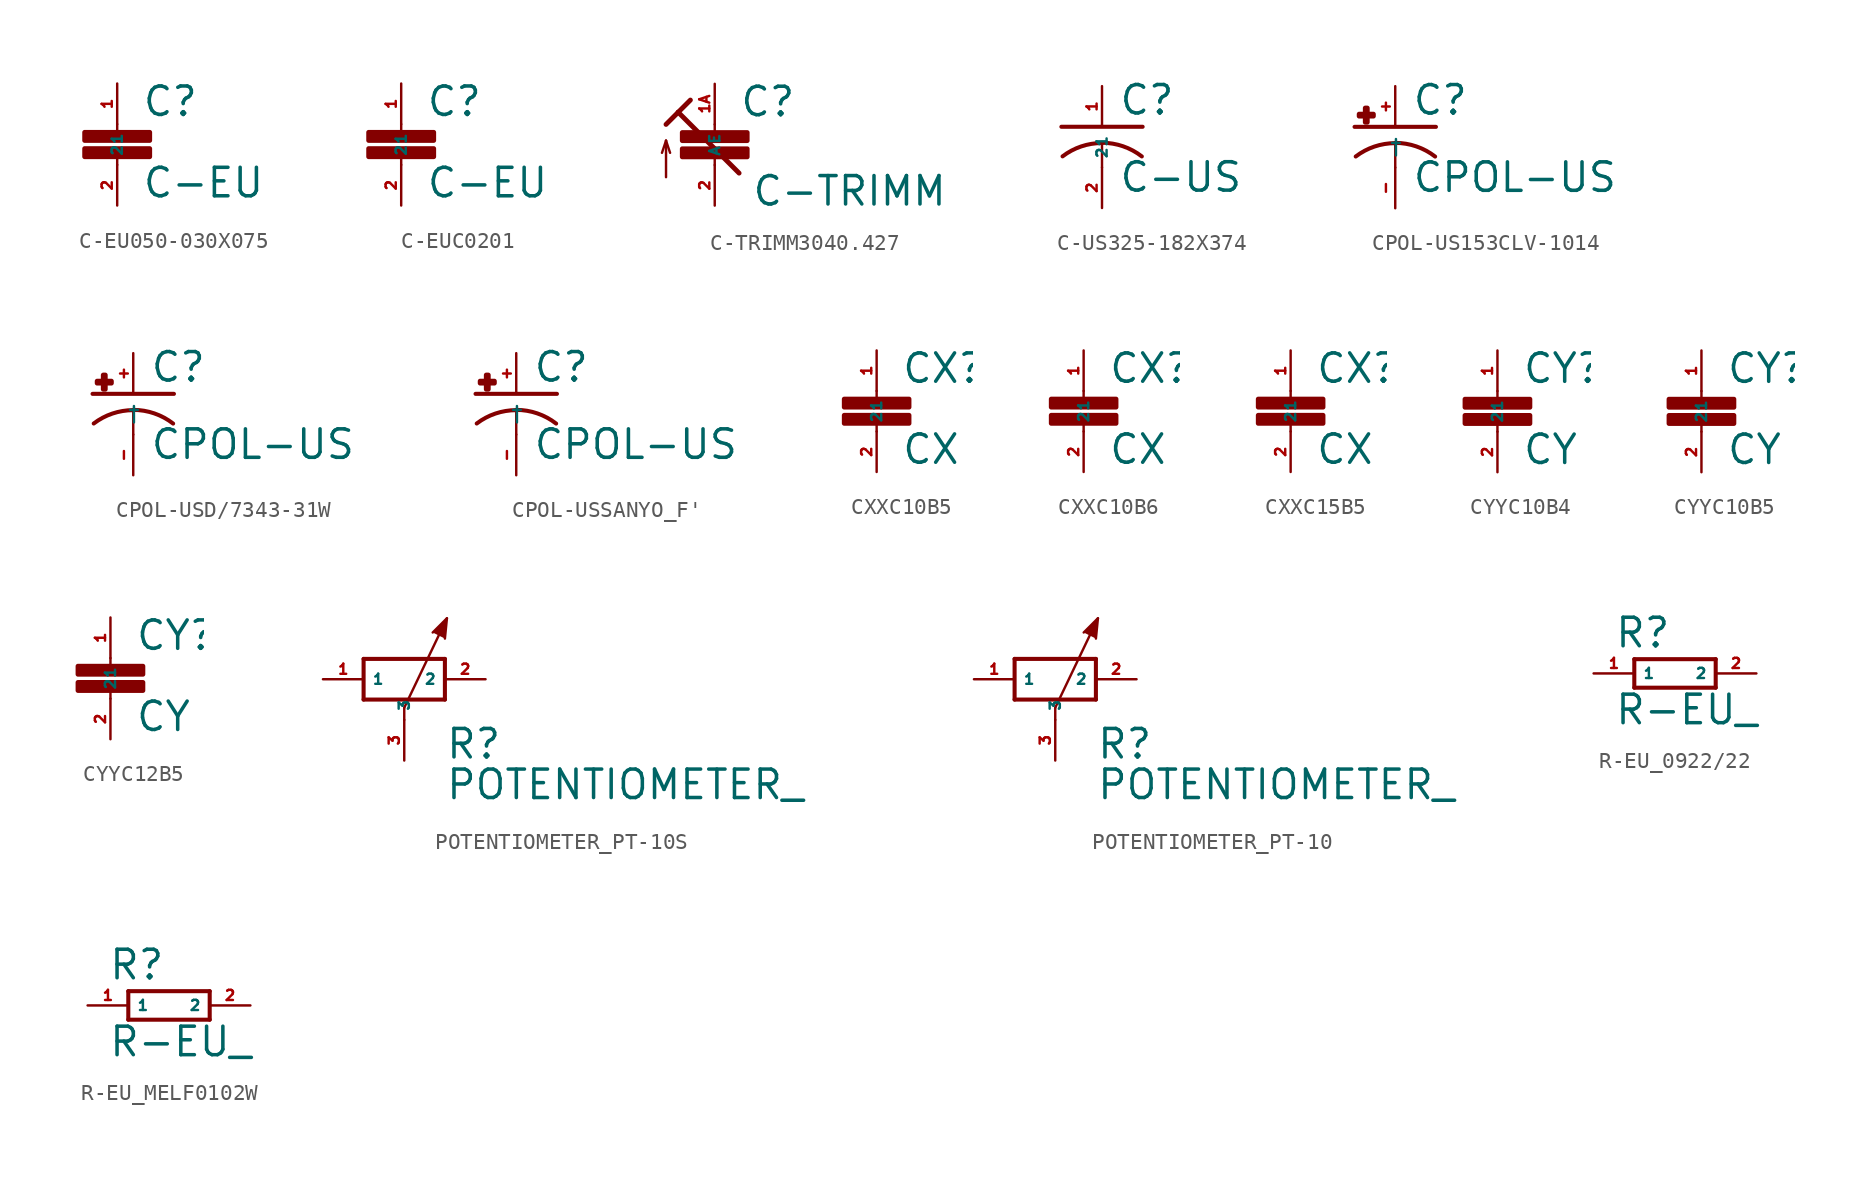
<source format=kicad_sym>
(kicad_symbol_lib
  (version 20220914)
  (generator Eagle2Kicad)
  (symbol "C-EU050-030X075"
    (property "Reference" "C"
      (at 1.524 0.381 0)
      (effects (font (size 1.778 1.778) (thickness 0.22)) (justify left bottom)))
    (property "Value" "C-EU"
      (at 1.524 -4.699 0)
      (effects (font (size 1.778 1.778) (thickness 0.22)) (justify left bottom)))
    (polyline
      (pts (xy 0 0) (xy 0 -0.508))
      (stroke (width 0.152) (type default))
      (fill (type none)))
    (polyline
      (pts (xy 0 -2.54) (xy 0 -2.032))
      (stroke (width 0.152) (type default))
      (fill (type none)))
    (rectangle
      (start -2.032 -2.032)
      (end 2.032 -1.524)
      (stroke (width 0.3) (type default))
      (fill (type outline)))
    (rectangle
      (start -2.032 -1.016)
      (end 2.032 -0.508)
      (stroke (width 0.3) (type default))
      (fill (type outline)))
    (pin passive line
      (at 0 2.54 270)
      (length 2.54)
      (name "1" (effects (font (size 0.635 0.635) (thickness 0.08)) (justify left bottom)))
      (number "1" (effects (font (size 0.635 0.635) (thickness 0.08)) (justify left bottom))))
    (pin passive line
      (at 0 -5.08 90)
      (length 2.54)
      (name "2" (effects (font (size 0.635 0.635) (thickness 0.08)) (justify left bottom)))
      (number "2" (effects (font (size 0.635 0.635) (thickness 0.08)) (justify left bottom)))))
  (symbol "C-EUC0201"
    (property "Reference" "C"
      (at 1.524 0.381 0)
      (effects (font (size 1.778 1.778) (thickness 0.22)) (justify left bottom)))
    (property "Value" "C-EU"
      (at 1.524 -4.699 0)
      (effects (font (size 1.778 1.778) (thickness 0.22)) (justify left bottom)))
    (polyline
      (pts (xy 0 0) (xy 0 -0.508))
      (stroke (width 0.152) (type default))
      (fill (type none)))
    (polyline
      (pts (xy 0 -2.54) (xy 0 -2.032))
      (stroke (width 0.152) (type default))
      (fill (type none)))
    (rectangle
      (start -2.032 -2.032)
      (end 2.032 -1.524)
      (stroke (width 0.3) (type default))
      (fill (type outline)))
    (rectangle
      (start -2.032 -1.016)
      (end 2.032 -0.508)
      (stroke (width 0.3) (type default))
      (fill (type outline)))
    (pin passive line
      (at 0 2.54 270)
      (length 2.54)
      (name "1" (effects (font (size 0.635 0.635) (thickness 0.08)) (justify left bottom)))
      (number "1" (effects (font (size 0.635 0.635) (thickness 0.08)) (justify left bottom))))
    (pin passive line
      (at 0 -5.08 90)
      (length 2.54)
      (name "2" (effects (font (size 0.635 0.635) (thickness 0.08)) (justify left bottom)))
      (number "2" (effects (font (size 0.635 0.635) (thickness 0.08)) (justify left bottom)))))
  (symbol "C-TRIMM3040.427"
    (property "Reference" "C"
      (at 1.524 0.381 0)
      (effects (font (size 1.778 1.778) (thickness 0.22)) (justify left bottom)))
    (property "Value" "C-TRIMM"
      (at 2.286 -5.207 0)
      (effects (font (size 1.778 1.778) (thickness 0.22)) (justify left bottom)))
    (polyline
      (pts (xy 0 0) (xy 0 -0.508))
      (stroke (width 0.152) (type default))
      (fill (type none)))
    (polyline
      (pts (xy 0 -2.54) (xy 0 -2.032))
      (stroke (width 0.152) (type default))
      (fill (type none)))
    (polyline
      (pts (xy 1.524 -3.048) (xy -2.286 0.762))
      (stroke (width 0.305) (type default))
      (fill (type none)))
    (polyline
      (pts (xy -3.048 0) (xy -2.286 0.762))
      (stroke (width 0.305) (type default))
      (fill (type none)))
    (polyline
      (pts (xy -2.286 0.762) (xy -1.524 1.524))
      (stroke (width 0.305) (type default))
      (fill (type none)))
    (polyline
      (pts (xy -3.048 -3.302) (xy -3.048 -1.016))
      (stroke (width 0.152) (type default))
      (fill (type none)))
    (polyline
      (pts (xy -3.048 -1.016) (xy -3.302 -1.778))
      (stroke (width 0.152) (type default))
      (fill (type none)))
    (polyline
      (pts (xy -3.048 -1.016) (xy -2.794 -1.778))
      (stroke (width 0.152) (type default))
      (fill (type none)))
    (rectangle
      (start -2.032 -2.032)
      (end 2.032 -1.524)
      (stroke (width 0.3) (type default))
      (fill (type outline)))
    (rectangle
      (start -2.032 -1.016)
      (end 2.032 -0.508)
      (stroke (width 0.3) (type default))
      (fill (type outline)))
    (pin passive line
      (at 0 2.54 270)
      (length 2.54)
      (name "E" (effects (font (size 0.635 0.635) (thickness 0.08)) (justify left bottom)))
      (number "1A" (effects (font (size 0.635 0.635) (thickness 0.08)) (justify left bottom))))
    (pin passive line
      (at 0 -5.08 90)
      (length 2.54)
      (name "A" (effects (font (size 0.635 0.635) (thickness 0.08)) (justify left bottom)))
      (number "2" (effects (font (size 0.635 0.635) (thickness 0.08)) (justify left bottom)))))
  (symbol "C-US325-182X374"
    (property "Reference" "C"
      (at 1.016 0.635 0)
      (effects (font (size 1.778 1.778) (thickness 0.22)) (justify left bottom)))
    (property "Value" "C-US"
      (at 1.016 -4.191 0)
      (effects (font (size 1.778 1.778) (thickness 0.22)) (justify left bottom)))
    (polyline
      (pts (xy -2.54 0) (xy 2.54 0))
      (stroke (width 0.254) (type default))
      (fill (type none)))
    (polyline
      (pts (xy 0 -1.016) (xy 0 -2.54))
      (stroke (width 0.152) (type default))
      (fill (type none)))
    (arc
      (start 2.4892 -1.8542)
      (mid 1.316 -1.220)
      (end 0 -1)
      (stroke (width 0.254) (type default))
      (fill (type none)))
    (arc
      (start 0 -1.0161)
      (mid -1.302 -1.230)
      (end -2.4668 -1.8504)
      (stroke (width 0.254) (type default))
      (fill (type none)))
    (pin passive line
      (at 0 2.54 270)
      (length 2.54)
      (name "1" (effects (font (size 0.635 0.635) (thickness 0.08)) (justify left bottom)))
      (number "1" (effects (font (size 0.635 0.635) (thickness 0.08)) (justify left bottom))))
    (pin passive line
      (at 0 -5.08 90)
      (length 2.54)
      (name "2" (effects (font (size 0.635 0.635) (thickness 0.08)) (justify left bottom)))
      (number "2" (effects (font (size 0.635 0.635) (thickness 0.08)) (justify left bottom)))))
  (symbol "CPOL-US153CLV-1014"
    (property "Reference" "C"
      (at 1.016 0.635 0)
      (effects (font (size 1.778 1.778) (thickness 0.22)) (justify left bottom)))
    (property "Value" "CPOL-US"
      (at 1.016 -4.191 0)
      (effects (font (size 1.778 1.778) (thickness 0.22)) (justify left bottom)))
    (polyline
      (pts (xy -2.54 0) (xy 2.54 0))
      (stroke (width 0.254) (type default))
      (fill (type none)))
    (polyline
      (pts (xy 0 -1.016) (xy 0 -2.54))
      (stroke (width 0.152) (type default))
      (fill (type none)))
    (arc
      (start 2.4892 -1.8542)
      (mid 1.316 -1.220)
      (end 0 -1)
      (stroke (width 0.254) (type default))
      (fill (type none)))
    (arc
      (start 0 -1.0161)
      (mid -1.302 -1.230)
      (end -2.4669 -1.8504)
      (stroke (width 0.254) (type default))
      (fill (type none)))
    (rectangle
      (start -2.253 0.668)
      (end -1.364 0.795)
      (stroke (width 0.3) (type default))
      (fill (type outline)))
    (rectangle
      (start -1.872 0.287)
      (end -1.745 1.176)
      (stroke (width 0.3) (type default))
      (fill (type outline)))
    (pin passive line
      (at 0 2.54 270)
      (length 2.54)
      (name "+" (effects (font (size 0.635 0.635) (thickness 0.08)) (justify left bottom)))
      (number "+" (effects (font (size 0.635 0.635) (thickness 0.08)) (justify left bottom))))
    (pin passive line
      (at 0 -5.08 90)
      (length 2.54)
      (name "-" (effects (font (size 0.635 0.635) (thickness 0.08)) (justify left bottom)))
      (number "-" (effects (font (size 0.635 0.635) (thickness 0.08)) (justify left bottom)))))
  (symbol "CPOL-USD/7343-31W"
    (property "Reference" "C"
      (at 1.016 0.635 0)
      (effects (font (size 1.778 1.778) (thickness 0.22)) (justify left bottom)))
    (property "Value" "CPOL-US"
      (at 1.016 -4.191 0)
      (effects (font (size 1.778 1.778) (thickness 0.22)) (justify left bottom)))
    (polyline
      (pts (xy -2.54 0) (xy 2.54 0))
      (stroke (width 0.254) (type default))
      (fill (type none)))
    (polyline
      (pts (xy 0 -1.016) (xy 0 -2.54))
      (stroke (width 0.152) (type default))
      (fill (type none)))
    (arc
      (start 2.4892 -1.8542)
      (mid 1.316 -1.220)
      (end 0 -1)
      (stroke (width 0.254) (type default))
      (fill (type none)))
    (arc
      (start 0 -1.0161)
      (mid -1.302 -1.230)
      (end -2.4669 -1.8504)
      (stroke (width 0.254) (type default))
      (fill (type none)))
    (rectangle
      (start -2.253 0.668)
      (end -1.364 0.795)
      (stroke (width 0.3) (type default))
      (fill (type outline)))
    (rectangle
      (start -1.872 0.287)
      (end -1.745 1.176)
      (stroke (width 0.3) (type default))
      (fill (type outline)))
    (pin passive line
      (at 0 2.54 270)
      (length 2.54)
      (name "+" (effects (font (size 0.635 0.635) (thickness 0.08)) (justify left bottom)))
      (number "+" (effects (font (size 0.635 0.635) (thickness 0.08)) (justify left bottom))))
    (pin passive line
      (at 0 -5.08 90)
      (length 2.54)
      (name "-" (effects (font (size 0.635 0.635) (thickness 0.08)) (justify left bottom)))
      (number "-" (effects (font (size 0.635 0.635) (thickness 0.08)) (justify left bottom)))))
  (symbol "CPOL-USSANYO_F'"
    (property "Reference" "C"
      (at 1.016 0.635 0)
      (effects (font (size 1.778 1.778) (thickness 0.22)) (justify left bottom)))
    (property "Value" "CPOL-US"
      (at 1.016 -4.191 0)
      (effects (font (size 1.778 1.778) (thickness 0.22)) (justify left bottom)))
    (polyline
      (pts (xy -2.54 0) (xy 2.54 0))
      (stroke (width 0.254) (type default))
      (fill (type none)))
    (polyline
      (pts (xy 0 -1.016) (xy 0 -2.54))
      (stroke (width 0.152) (type default))
      (fill (type none)))
    (arc
      (start 2.4892 -1.8542)
      (mid 1.316 -1.220)
      (end 0 -1)
      (stroke (width 0.254) (type default))
      (fill (type none)))
    (arc
      (start 0 -1.0161)
      (mid -1.302 -1.230)
      (end -2.4669 -1.8504)
      (stroke (width 0.254) (type default))
      (fill (type none)))
    (rectangle
      (start -2.253 0.668)
      (end -1.364 0.795)
      (stroke (width 0.3) (type default))
      (fill (type outline)))
    (rectangle
      (start -1.872 0.287)
      (end -1.745 1.176)
      (stroke (width 0.3) (type default))
      (fill (type outline)))
    (pin passive line
      (at 0 2.54 270)
      (length 2.54)
      (name "+" (effects (font (size 0.635 0.635) (thickness 0.08)) (justify left bottom)))
      (number "+" (effects (font (size 0.635 0.635) (thickness 0.08)) (justify left bottom))))
    (pin passive line
      (at 0 -5.08 90)
      (length 2.54)
      (name "-" (effects (font (size 0.635 0.635) (thickness 0.08)) (justify left bottom)))
      (number "-" (effects (font (size 0.635 0.635) (thickness 0.08)) (justify left bottom)))))
  (symbol "CXXC10B5"
    (property "Reference" "CX"
      (at 1.524 0.381 0)
      (effects (font (size 1.778 1.778) (thickness 0.22)) (justify left bottom)))
    (property "Value" "CX"
      (at 1.524 -4.699 0)
      (effects (font (size 1.778 1.778) (thickness 0.22)) (justify left bottom)))
    (polyline
      (pts (xy 0 0) (xy 0 -0.508))
      (stroke (width 0.152) (type default))
      (fill (type none)))
    (polyline
      (pts (xy 0 -2.54) (xy 0 -2.032))
      (stroke (width 0.152) (type default))
      (fill (type none)))
    (rectangle
      (start -2.032 -2.032)
      (end 2.032 -1.524)
      (stroke (width 0.3) (type default))
      (fill (type outline)))
    (rectangle
      (start -2.032 -1.016)
      (end 2.032 -0.508)
      (stroke (width 0.3) (type default))
      (fill (type outline)))
    (pin passive line
      (at 0 2.54 270)
      (length 2.54)
      (name "1" (effects (font (size 0.635 0.635) (thickness 0.08)) (justify left bottom)))
      (number "1" (effects (font (size 0.635 0.635) (thickness 0.08)) (justify left bottom))))
    (pin passive line
      (at 0 -5.08 90)
      (length 2.54)
      (name "2" (effects (font (size 0.635 0.635) (thickness 0.08)) (justify left bottom)))
      (number "2" (effects (font (size 0.635 0.635) (thickness 0.08)) (justify left bottom)))))
  (symbol "CXXC10B6"
    (property "Reference" "CX"
      (at 1.524 0.381 0)
      (effects (font (size 1.778 1.778) (thickness 0.22)) (justify left bottom)))
    (property "Value" "CX"
      (at 1.524 -4.699 0)
      (effects (font (size 1.778 1.778) (thickness 0.22)) (justify left bottom)))
    (polyline
      (pts (xy 0 0) (xy 0 -0.508))
      (stroke (width 0.152) (type default))
      (fill (type none)))
    (polyline
      (pts (xy 0 -2.54) (xy 0 -2.032))
      (stroke (width 0.152) (type default))
      (fill (type none)))
    (rectangle
      (start -2.032 -2.032)
      (end 2.032 -1.524)
      (stroke (width 0.3) (type default))
      (fill (type outline)))
    (rectangle
      (start -2.032 -1.016)
      (end 2.032 -0.508)
      (stroke (width 0.3) (type default))
      (fill (type outline)))
    (pin passive line
      (at 0 2.54 270)
      (length 2.54)
      (name "1" (effects (font (size 0.635 0.635) (thickness 0.08)) (justify left bottom)))
      (number "1" (effects (font (size 0.635 0.635) (thickness 0.08)) (justify left bottom))))
    (pin passive line
      (at 0 -5.08 90)
      (length 2.54)
      (name "2" (effects (font (size 0.635 0.635) (thickness 0.08)) (justify left bottom)))
      (number "2" (effects (font (size 0.635 0.635) (thickness 0.08)) (justify left bottom)))))
  (symbol "CXXC15B5"
    (property "Reference" "CX"
      (at 1.524 0.381 0)
      (effects (font (size 1.778 1.778) (thickness 0.22)) (justify left bottom)))
    (property "Value" "CX"
      (at 1.524 -4.699 0)
      (effects (font (size 1.778 1.778) (thickness 0.22)) (justify left bottom)))
    (polyline
      (pts (xy 0 0) (xy 0 -0.508))
      (stroke (width 0.152) (type default))
      (fill (type none)))
    (polyline
      (pts (xy 0 -2.54) (xy 0 -2.032))
      (stroke (width 0.152) (type default))
      (fill (type none)))
    (rectangle
      (start -2.032 -2.032)
      (end 2.032 -1.524)
      (stroke (width 0.3) (type default))
      (fill (type outline)))
    (rectangle
      (start -2.032 -1.016)
      (end 2.032 -0.508)
      (stroke (width 0.3) (type default))
      (fill (type outline)))
    (pin passive line
      (at 0 2.54 270)
      (length 2.54)
      (name "1" (effects (font (size 0.635 0.635) (thickness 0.08)) (justify left bottom)))
      (number "1" (effects (font (size 0.635 0.635) (thickness 0.08)) (justify left bottom))))
    (pin passive line
      (at 0 -5.08 90)
      (length 2.54)
      (name "2" (effects (font (size 0.635 0.635) (thickness 0.08)) (justify left bottom)))
      (number "2" (effects (font (size 0.635 0.635) (thickness 0.08)) (justify left bottom)))))
  (symbol "CYYC10B4"
    (property "Reference" "CY"
      (at 1.524 0.381 0)
      (effects (font (size 1.778 1.778) (thickness 0.22)) (justify left bottom)))
    (property "Value" "CY"
      (at 1.524 -4.699 0)
      (effects (font (size 1.778 1.778) (thickness 0.22)) (justify left bottom)))
    (polyline
      (pts (xy 0 0) (xy 0 -0.508))
      (stroke (width 0.152) (type default))
      (fill (type none)))
    (polyline
      (pts (xy 0 -2.54) (xy 0 -2.032))
      (stroke (width 0.152) (type default))
      (fill (type none)))
    (rectangle
      (start -2.032 -2.032)
      (end 2.032 -1.524)
      (stroke (width 0.3) (type default))
      (fill (type outline)))
    (rectangle
      (start -2.032 -1.016)
      (end 2.032 -0.508)
      (stroke (width 0.3) (type default))
      (fill (type outline)))
    (pin passive line
      (at 0 2.54 270)
      (length 2.54)
      (name "1" (effects (font (size 0.635 0.635) (thickness 0.08)) (justify left bottom)))
      (number "1" (effects (font (size 0.635 0.635) (thickness 0.08)) (justify left bottom))))
    (pin passive line
      (at 0 -5.08 90)
      (length 2.54)
      (name "2" (effects (font (size 0.635 0.635) (thickness 0.08)) (justify left bottom)))
      (number "2" (effects (font (size 0.635 0.635) (thickness 0.08)) (justify left bottom)))))
  (symbol "CYYC10B5"
    (property "Reference" "CY"
      (at 1.524 0.381 0)
      (effects (font (size 1.778 1.778) (thickness 0.22)) (justify left bottom)))
    (property "Value" "CY"
      (at 1.524 -4.699 0)
      (effects (font (size 1.778 1.778) (thickness 0.22)) (justify left bottom)))
    (polyline
      (pts (xy 0 0) (xy 0 -0.508))
      (stroke (width 0.152) (type default))
      (fill (type none)))
    (polyline
      (pts (xy 0 -2.54) (xy 0 -2.032))
      (stroke (width 0.152) (type default))
      (fill (type none)))
    (rectangle
      (start -2.032 -2.032)
      (end 2.032 -1.524)
      (stroke (width 0.3) (type default))
      (fill (type outline)))
    (rectangle
      (start -2.032 -1.016)
      (end 2.032 -0.508)
      (stroke (width 0.3) (type default))
      (fill (type outline)))
    (pin passive line
      (at 0 2.54 270)
      (length 2.54)
      (name "1" (effects (font (size 0.635 0.635) (thickness 0.08)) (justify left bottom)))
      (number "1" (effects (font (size 0.635 0.635) (thickness 0.08)) (justify left bottom))))
    (pin passive line
      (at 0 -5.08 90)
      (length 2.54)
      (name "2" (effects (font (size 0.635 0.635) (thickness 0.08)) (justify left bottom)))
      (number "2" (effects (font (size 0.635 0.635) (thickness 0.08)) (justify left bottom)))))
  (symbol "CYYC12B5"
    (property "Reference" "CY"
      (at 1.524 0.381 0)
      (effects (font (size 1.778 1.778) (thickness 0.22)) (justify left bottom)))
    (property "Value" "CY"
      (at 1.524 -4.699 0)
      (effects (font (size 1.778 1.778) (thickness 0.22)) (justify left bottom)))
    (polyline
      (pts (xy 0 0) (xy 0 -0.508))
      (stroke (width 0.152) (type default))
      (fill (type none)))
    (polyline
      (pts (xy 0 -2.54) (xy 0 -2.032))
      (stroke (width 0.152) (type default))
      (fill (type none)))
    (rectangle
      (start -2.032 -2.032)
      (end 2.032 -1.524)
      (stroke (width 0.3) (type default))
      (fill (type outline)))
    (rectangle
      (start -2.032 -1.016)
      (end 2.032 -0.508)
      (stroke (width 0.3) (type default))
      (fill (type outline)))
    (pin passive line
      (at 0 2.54 270)
      (length 2.54)
      (name "1" (effects (font (size 0.635 0.635) (thickness 0.08)) (justify left bottom)))
      (number "1" (effects (font (size 0.635 0.635) (thickness 0.08)) (justify left bottom))))
    (pin passive line
      (at 0 -5.08 90)
      (length 2.54)
      (name "2" (effects (font (size 0.635 0.635) (thickness 0.08)) (justify left bottom)))
      (number "2" (effects (font (size 0.635 0.635) (thickness 0.08)) (justify left bottom)))))
  (symbol "POTENTIOMETER_PT-10S"
    (property "Reference" "R"
      (at 2.54 -5.08 0)
      (effects (font (size 1.778 1.778) (thickness 0.22)) (justify left bottom)))
    (property "Value" "POTENTIOMETER_"
      (at 2.54 -7.62 0)
      (effects (font (size 1.778 1.778) (thickness 0.22)) (justify left bottom)))
    (polyline
      (pts (xy 2.54 2.54) (xy 2.667 3.81) (xy 1.778 2.921))
      (stroke (width 0.152) (type default))
      (fill (type outline)))
    (polyline
      (pts (xy -2.54 1.27) (xy -2.54 -1.27))
      (stroke (width 0.254) (type default))
      (fill (type none)))
    (polyline
      (pts (xy 2.54 -1.27) (xy 2.54 1.27))
      (stroke (width 0.254) (type default))
      (fill (type none)))
    (polyline
      (pts (xy 2.54 1.27) (xy -2.54 1.27))
      (stroke (width 0.254) (type default))
      (fill (type none)))
    (polyline
      (pts (xy 0 -1.778) (xy 2.667 3.81))
      (stroke (width 0.152) (type default))
      (fill (type none)))
    (polyline
      (pts (xy 0 -1.778) (xy 0 -2.54))
      (stroke (width 0.152) (type default))
      (fill (type none)))
    (polyline
      (pts (xy -2.54 -1.27) (xy 2.54 -1.27))
      (stroke (width 0.254) (type default))
      (fill (type none)))
    (pin passive line
      (at -5.08 0 0)
      (length 2.54)
      (name "1" (effects (font (size 0.635 0.635) (thickness 0.08)) (justify left bottom)))
      (number "1" (effects (font (size 0.635 0.635) (thickness 0.08)) (justify left bottom))))
    (pin passive line
      (at 5.08 0 180)
      (length 2.54)
      (name "2" (effects (font (size 0.635 0.635) (thickness 0.08)) (justify left bottom)))
      (number "2" (effects (font (size 0.635 0.635) (thickness 0.08)) (justify left bottom))))
    (pin passive line
      (at 0 -5.08 90)
      (length 2.54)
      (name "3" (effects (font (size 0.635 0.635) (thickness 0.08)) (justify left bottom)))
      (number "3" (effects (font (size 0.635 0.635) (thickness 0.08)) (justify left bottom)))))
  (symbol "POTENTIOMETER_PT-10"
    (property "Reference" "R"
      (at 2.54 -5.08 0)
      (effects (font (size 1.778 1.778) (thickness 0.22)) (justify left bottom)))
    (property "Value" "POTENTIOMETER_"
      (at 2.54 -7.62 0)
      (effects (font (size 1.778 1.778) (thickness 0.22)) (justify left bottom)))
    (polyline
      (pts (xy 2.54 2.54) (xy 2.667 3.81) (xy 1.778 2.921))
      (stroke (width 0.152) (type default))
      (fill (type outline)))
    (polyline
      (pts (xy -2.54 1.27) (xy -2.54 -1.27))
      (stroke (width 0.254) (type default))
      (fill (type none)))
    (polyline
      (pts (xy 2.54 -1.27) (xy 2.54 1.27))
      (stroke (width 0.254) (type default))
      (fill (type none)))
    (polyline
      (pts (xy 2.54 1.27) (xy -2.54 1.27))
      (stroke (width 0.254) (type default))
      (fill (type none)))
    (polyline
      (pts (xy 0 -1.778) (xy 2.667 3.81))
      (stroke (width 0.152) (type default))
      (fill (type none)))
    (polyline
      (pts (xy 0 -1.778) (xy 0 -2.54))
      (stroke (width 0.152) (type default))
      (fill (type none)))
    (polyline
      (pts (xy -2.54 -1.27) (xy 2.54 -1.27))
      (stroke (width 0.254) (type default))
      (fill (type none)))
    (pin passive line
      (at -5.08 0 0)
      (length 2.54)
      (name "1" (effects (font (size 0.635 0.635) (thickness 0.08)) (justify left bottom)))
      (number "1" (effects (font (size 0.635 0.635) (thickness 0.08)) (justify left bottom))))
    (pin passive line
      (at 5.08 0 180)
      (length 2.54)
      (name "2" (effects (font (size 0.635 0.635) (thickness 0.08)) (justify left bottom)))
      (number "2" (effects (font (size 0.635 0.635) (thickness 0.08)) (justify left bottom))))
    (pin passive line
      (at 0 -5.08 90)
      (length 2.54)
      (name "3" (effects (font (size 0.635 0.635) (thickness 0.08)) (justify left bottom)))
      (number "3" (effects (font (size 0.635 0.635) (thickness 0.08)) (justify left bottom)))))
  (symbol "R-EU_0922/22"
    (property "Reference" "R"
      (at -3.81 1.499 0)
      (effects (font (size 1.778 1.778) (thickness 0.22)) (justify left bottom)))
    (property "Value" "R-EU_"
      (at -3.81 -3.302 0)
      (effects (font (size 1.778 1.778) (thickness 0.22)) (justify left bottom)))
    (polyline
      (pts (xy -2.54 -0.889) (xy 2.54 -0.889))
      (stroke (width 0.254) (type default))
      (fill (type none)))
    (polyline
      (pts (xy 2.54 0.889) (xy -2.54 0.889))
      (stroke (width 0.254) (type default))
      (fill (type none)))
    (polyline
      (pts (xy 2.54 -0.889) (xy 2.54 0.889))
      (stroke (width 0.254) (type default))
      (fill (type none)))
    (polyline
      (pts (xy -2.54 -0.889) (xy -2.54 0.889))
      (stroke (width 0.254) (type default))
      (fill (type none)))
    (pin passive line
      (at 5.08 0 180)
      (length 2.54)
      (name "2" (effects (font (size 0.635 0.635) (thickness 0.08)) (justify left bottom)))
      (number "2" (effects (font (size 0.635 0.635) (thickness 0.08)) (justify left bottom))))
    (pin passive line
      (at -5.08 0 0)
      (length 2.54)
      (name "1" (effects (font (size 0.635 0.635) (thickness 0.08)) (justify left bottom)))
      (number "1" (effects (font (size 0.635 0.635) (thickness 0.08)) (justify left bottom)))))
  (symbol "R-EU_MELF0102W"
    (property "Reference" "R"
      (at -3.81 1.499 0)
      (effects (font (size 1.778 1.778) (thickness 0.22)) (justify left bottom)))
    (property "Value" "R-EU_"
      (at -3.81 -3.302 0)
      (effects (font (size 1.778 1.778) (thickness 0.22)) (justify left bottom)))
    (polyline
      (pts (xy -2.54 -0.889) (xy 2.54 -0.889))
      (stroke (width 0.254) (type default))
      (fill (type none)))
    (polyline
      (pts (xy 2.54 0.889) (xy -2.54 0.889))
      (stroke (width 0.254) (type default))
      (fill (type none)))
    (polyline
      (pts (xy 2.54 -0.889) (xy 2.54 0.889))
      (stroke (width 0.254) (type default))
      (fill (type none)))
    (polyline
      (pts (xy -2.54 -0.889) (xy -2.54 0.889))
      (stroke (width 0.254) (type default))
      (fill (type none)))
    (pin passive line
      (at 5.08 0 180)
      (length 2.54)
      (name "2" (effects (font (size 0.635 0.635) (thickness 0.08)) (justify left bottom)))
      (number "2" (effects (font (size 0.635 0.635) (thickness 0.08)) (justify left bottom))))
    (pin passive line
      (at -5.08 0 0)
      (length 2.54)
      (name "1" (effects (font (size 0.635 0.635) (thickness 0.08)) (justify left bottom)))
      (number "1" (effects (font (size 0.635 0.635) (thickness 0.08)) (justify left bottom))))))
</source>
